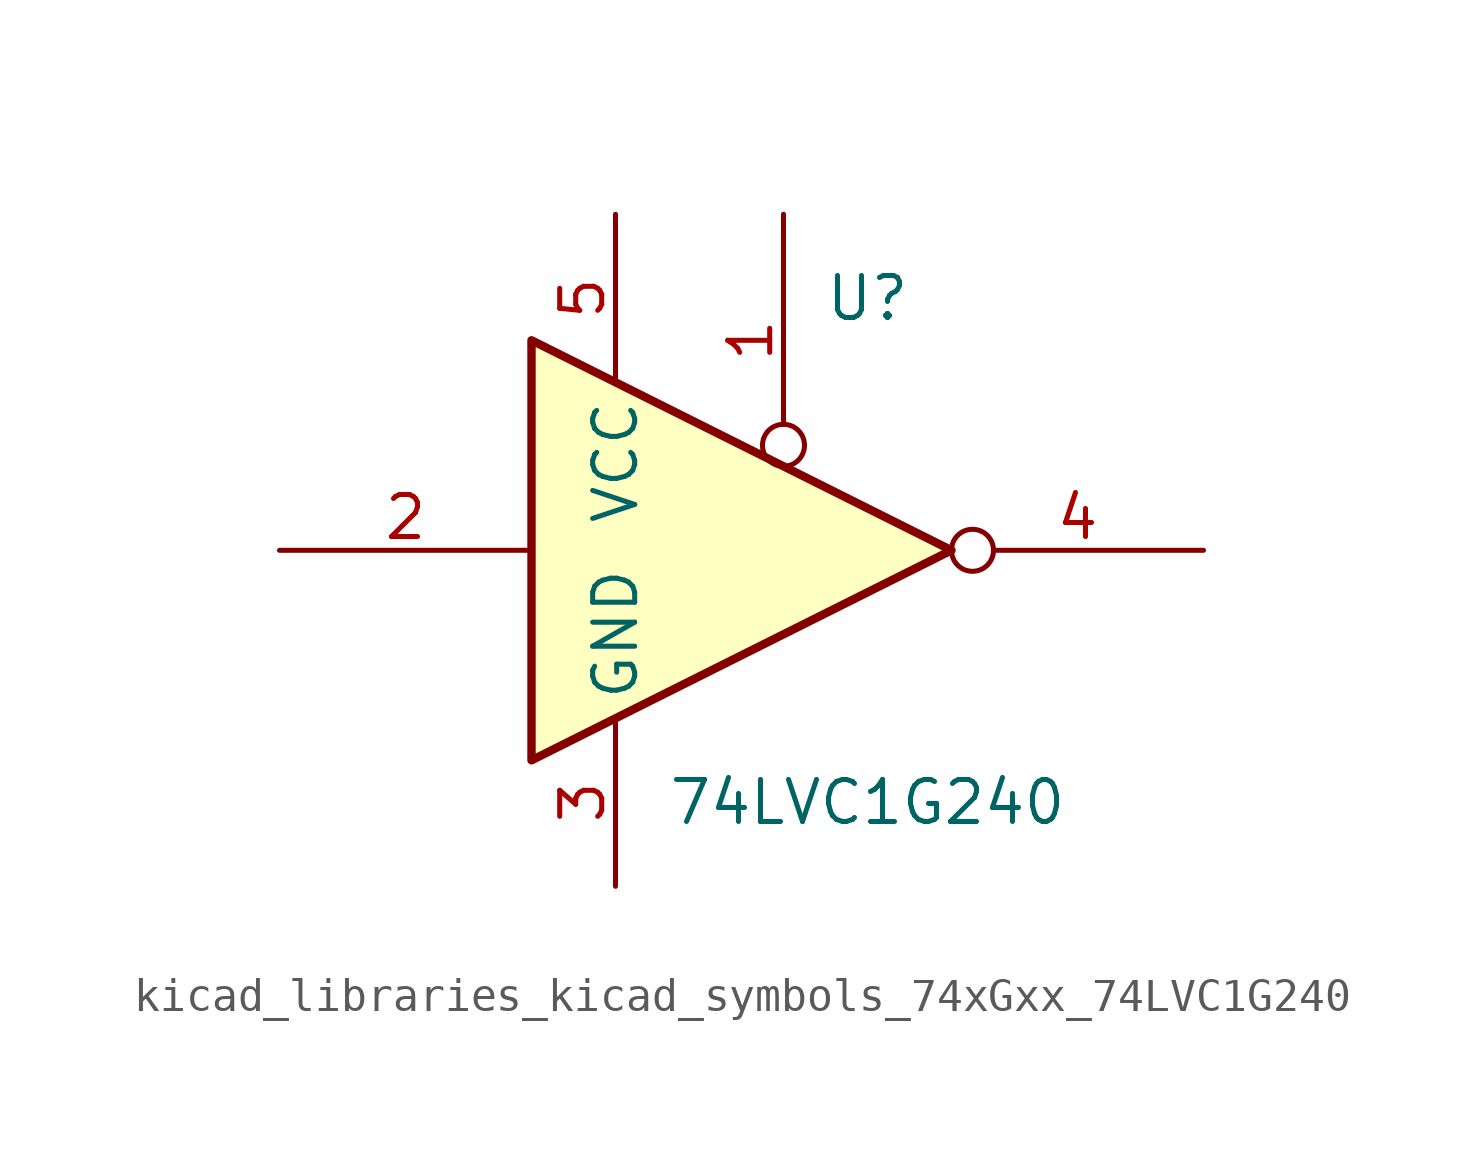
<source format=kicad_sym>
(kicad_symbol_lib
  (version 20220914)
  (generator kicad_symbol_editor)
  (symbol "kicad_libraries_kicad_symbols_74xGxx_74LVC1G240"
    (property "Reference" "U"
      (at 2.54 7.62 0)
      (effects (font (size 1.27 1.27))))
    (property "Value" "74LVC1G240"
      (at 2.54 -7.62 0)
      (effects (font (size 1.27 1.27))))
    (symbol "kicad_libraries_kicad_symbols_74xGxx_74LVC1G240_0_1"
      (polyline (pts (xy -7.62 6.35) (xy -7.62 -6.35) (xy 5.08 0) (xy -7.62 6.35)) (stroke (width 0.254) (type default)) (fill (type background))))
    (symbol "kicad_libraries_kicad_symbols_74xGxx_74LVC1G240_1_1"
      (pin input inverted (at 0 10.16 270) (length 7.62) (name "~" (effects (font (size 1.27 1.27)))) (number "1" (effects (font (size 1.27 1.27)))))
      (pin input line (at -15.24 0 0) (length 7.62) (name "~" (effects (font (size 1.27 1.27)))) (number "2" (effects (font (size 1.27 1.27)))))
      (pin power_in line (at -5.08 -10.16 90) (length 5.08) (name "GND" (effects (font (size 1.27 1.27)))) (number "3" (effects (font (size 1.27 1.27)))))
      (pin tri_state inverted (at 12.7 0 180) (length 7.62) (name "~" (effects (font (size 1.27 1.27)))) (number "4" (effects (font (size 1.27 1.27)))))
      (pin power_in line (at -5.08 10.16 270) (length 5.08) (name "VCC" (effects (font (size 1.27 1.27)))) (number "5" (effects (font (size 1.27 1.27))))))))
</source>
